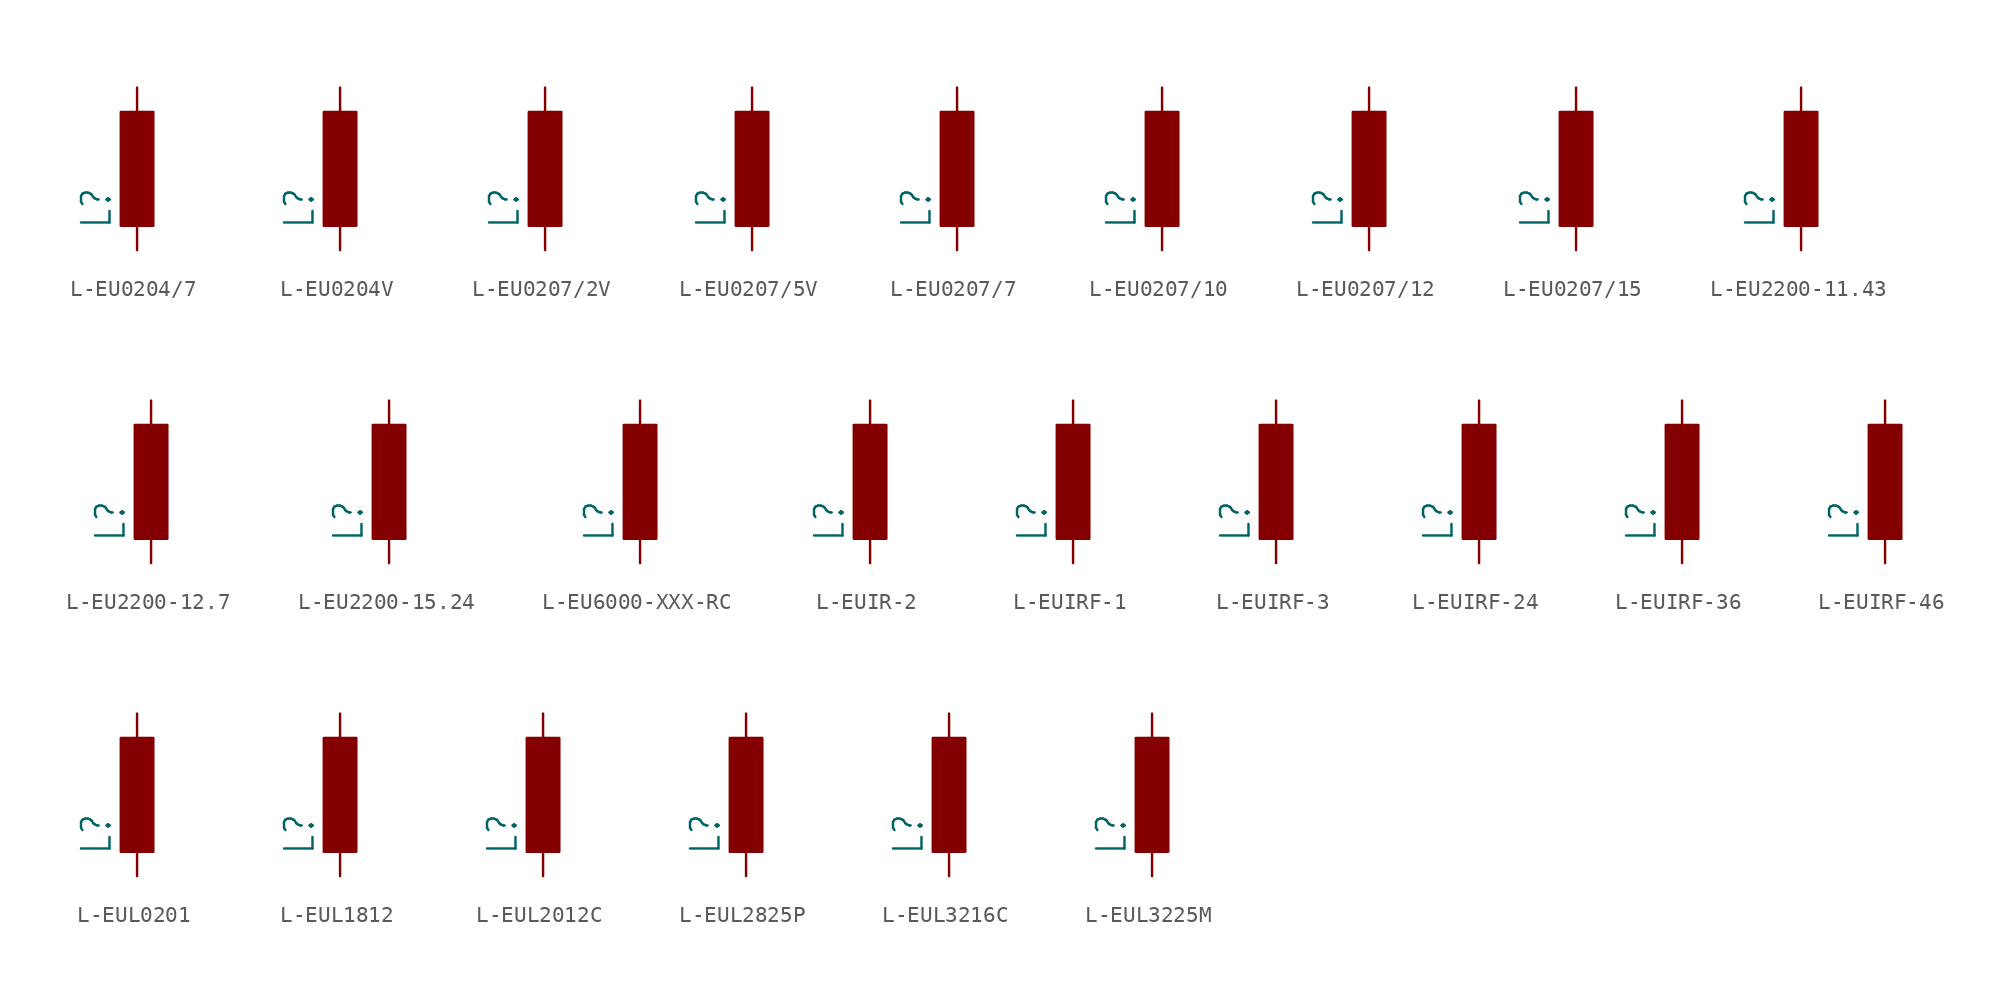
<source format=kicad_sym>
(kicad_symbol_lib
  (version 20220914)
  (generator kicad_symbol_editor)
  (symbol "L-EU0204/7"
    (property "Reference" "L"
      (at -1.499 -3.81 90)
      (effects (font (size 1.778 1.511)) (justify left bottom)))
    (property "Value" ""
      (at 3.302 -3.81 90)
      (effects (font (size 1.778 1.511)) (justify left bottom)))
    (property "ki_locked" ""
      (at 0 0 0)
      (effects (font (size 1.27 1.27))))
    (symbol "L-EU0204/7_1_0"
      (rectangle (start -1.016 -3.556) (end 1.016 3.556) (stroke (width 0) (type default)) (fill (type outline)))
      (pin passive line (at 0 5.08 270) (length 2.54) (name "1" (effects (font (size 0 0)))) (number "1" (effects (font (size 0 0)))))
      (pin passive line (at 0 -5.08 90) (length 2.54) (name "2" (effects (font (size 0 0)))) (number "2" (effects (font (size 0 0)))))))
  (symbol "L-EU0204V"
    (property "Reference" "L"
      (at -1.499 -3.81 90)
      (effects (font (size 1.778 1.511)) (justify left bottom)))
    (property "Value" ""
      (at 3.302 -3.81 90)
      (effects (font (size 1.778 1.511)) (justify left bottom)))
    (property "ki_locked" ""
      (at 0 0 0)
      (effects (font (size 1.27 1.27))))
    (symbol "L-EU0204V_1_0"
      (rectangle (start -1.016 -3.556) (end 1.016 3.556) (stroke (width 0) (type default)) (fill (type outline)))
      (pin passive line (at 0 5.08 270) (length 2.54) (name "1" (effects (font (size 0 0)))) (number "1" (effects (font (size 0 0)))))
      (pin passive line (at 0 -5.08 90) (length 2.54) (name "2" (effects (font (size 0 0)))) (number "2" (effects (font (size 0 0)))))))
  (symbol "L-EU0207/2V"
    (property "Reference" "L"
      (at -1.499 -3.81 90)
      (effects (font (size 1.778 1.511)) (justify left bottom)))
    (property "Value" ""
      (at 3.302 -3.81 90)
      (effects (font (size 1.778 1.511)) (justify left bottom)))
    (property "ki_locked" ""
      (at 0 0 0)
      (effects (font (size 1.27 1.27))))
    (symbol "L-EU0207/2V_1_0"
      (rectangle (start -1.016 -3.556) (end 1.016 3.556) (stroke (width 0) (type default)) (fill (type outline)))
      (pin passive line (at 0 5.08 270) (length 2.54) (name "1" (effects (font (size 0 0)))) (number "1" (effects (font (size 0 0)))))
      (pin passive line (at 0 -5.08 90) (length 2.54) (name "2" (effects (font (size 0 0)))) (number "2" (effects (font (size 0 0)))))))
  (symbol "L-EU0207/5V"
    (property "Reference" "L"
      (at -1.499 -3.81 90)
      (effects (font (size 1.778 1.511)) (justify left bottom)))
    (property "Value" ""
      (at 3.302 -3.81 90)
      (effects (font (size 1.778 1.511)) (justify left bottom)))
    (property "ki_locked" ""
      (at 0 0 0)
      (effects (font (size 1.27 1.27))))
    (symbol "L-EU0207/5V_1_0"
      (rectangle (start -1.016 -3.556) (end 1.016 3.556) (stroke (width 0) (type default)) (fill (type outline)))
      (pin passive line (at 0 5.08 270) (length 2.54) (name "1" (effects (font (size 0 0)))) (number "1" (effects (font (size 0 0)))))
      (pin passive line (at 0 -5.08 90) (length 2.54) (name "2" (effects (font (size 0 0)))) (number "2" (effects (font (size 0 0)))))))
  (symbol "L-EU0207/7"
    (property "Reference" "L"
      (at -1.499 -3.81 90)
      (effects (font (size 1.778 1.511)) (justify left bottom)))
    (property "Value" ""
      (at 3.302 -3.81 90)
      (effects (font (size 1.778 1.511)) (justify left bottom)))
    (property "ki_locked" ""
      (at 0 0 0)
      (effects (font (size 1.27 1.27))))
    (symbol "L-EU0207/7_1_0"
      (rectangle (start -1.016 -3.556) (end 1.016 3.556) (stroke (width 0) (type default)) (fill (type outline)))
      (pin passive line (at 0 5.08 270) (length 2.54) (name "1" (effects (font (size 0 0)))) (number "1" (effects (font (size 0 0)))))
      (pin passive line (at 0 -5.08 90) (length 2.54) (name "2" (effects (font (size 0 0)))) (number "2" (effects (font (size 0 0)))))))
  (symbol "L-EU0207/10"
    (property "Reference" "L"
      (at -1.499 -3.81 90)
      (effects (font (size 1.778 1.511)) (justify left bottom)))
    (property "Value" ""
      (at 3.302 -3.81 90)
      (effects (font (size 1.778 1.511)) (justify left bottom)))
    (property "ki_locked" ""
      (at 0 0 0)
      (effects (font (size 1.27 1.27))))
    (symbol "L-EU0207/10_1_0"
      (rectangle (start -1.016 -3.556) (end 1.016 3.556) (stroke (width 0) (type default)) (fill (type outline)))
      (pin passive line (at 0 5.08 270) (length 2.54) (name "1" (effects (font (size 0 0)))) (number "1" (effects (font (size 0 0)))))
      (pin passive line (at 0 -5.08 90) (length 2.54) (name "2" (effects (font (size 0 0)))) (number "2" (effects (font (size 0 0)))))))
  (symbol "L-EU0207/12"
    (property "Reference" "L"
      (at -1.499 -3.81 90)
      (effects (font (size 1.778 1.511)) (justify left bottom)))
    (property "Value" ""
      (at 3.302 -3.81 90)
      (effects (font (size 1.778 1.511)) (justify left bottom)))
    (property "ki_locked" ""
      (at 0 0 0)
      (effects (font (size 1.27 1.27))))
    (symbol "L-EU0207/12_1_0"
      (rectangle (start -1.016 -3.556) (end 1.016 3.556) (stroke (width 0) (type default)) (fill (type outline)))
      (pin passive line (at 0 5.08 270) (length 2.54) (name "1" (effects (font (size 0 0)))) (number "1" (effects (font (size 0 0)))))
      (pin passive line (at 0 -5.08 90) (length 2.54) (name "2" (effects (font (size 0 0)))) (number "2" (effects (font (size 0 0)))))))
  (symbol "L-EU0207/15"
    (property "Reference" "L"
      (at -1.499 -3.81 90)
      (effects (font (size 1.778 1.511)) (justify left bottom)))
    (property "Value" ""
      (at 3.302 -3.81 90)
      (effects (font (size 1.778 1.511)) (justify left bottom)))
    (property "ki_locked" ""
      (at 0 0 0)
      (effects (font (size 1.27 1.27))))
    (symbol "L-EU0207/15_1_0"
      (rectangle (start -1.016 -3.556) (end 1.016 3.556) (stroke (width 0) (type default)) (fill (type outline)))
      (pin passive line (at 0 5.08 270) (length 2.54) (name "1" (effects (font (size 0 0)))) (number "1" (effects (font (size 0 0)))))
      (pin passive line (at 0 -5.08 90) (length 2.54) (name "2" (effects (font (size 0 0)))) (number "2" (effects (font (size 0 0)))))))
  (symbol "L-EU2200-11.43"
    (property "Reference" "L"
      (at -1.499 -3.81 90)
      (effects (font (size 1.778 1.511)) (justify left bottom)))
    (property "Value" ""
      (at 3.302 -3.81 90)
      (effects (font (size 1.778 1.511)) (justify left bottom)))
    (property "ki_locked" ""
      (at 0 0 0)
      (effects (font (size 1.27 1.27))))
    (symbol "L-EU2200-11.43_1_0"
      (rectangle (start -1.016 -3.556) (end 1.016 3.556) (stroke (width 0) (type default)) (fill (type outline)))
      (pin passive line (at 0 5.08 270) (length 2.54) (name "1" (effects (font (size 0 0)))) (number "1" (effects (font (size 0 0)))))
      (pin passive line (at 0 -5.08 90) (length 2.54) (name "2" (effects (font (size 0 0)))) (number "2" (effects (font (size 0 0)))))))
  (symbol "L-EU2200-12.7"
    (property "Reference" "L"
      (at -1.499 -3.81 90)
      (effects (font (size 1.778 1.511)) (justify left bottom)))
    (property "Value" ""
      (at 3.302 -3.81 90)
      (effects (font (size 1.778 1.511)) (justify left bottom)))
    (property "ki_locked" ""
      (at 0 0 0)
      (effects (font (size 1.27 1.27))))
    (symbol "L-EU2200-12.7_1_0"
      (rectangle (start -1.016 -3.556) (end 1.016 3.556) (stroke (width 0) (type default)) (fill (type outline)))
      (pin passive line (at 0 5.08 270) (length 2.54) (name "1" (effects (font (size 0 0)))) (number "1" (effects (font (size 0 0)))))
      (pin passive line (at 0 -5.08 90) (length 2.54) (name "2" (effects (font (size 0 0)))) (number "2" (effects (font (size 0 0)))))))
  (symbol "L-EU2200-15.24"
    (property "Reference" "L"
      (at -1.499 -3.81 90)
      (effects (font (size 1.778 1.511)) (justify left bottom)))
    (property "Value" ""
      (at 3.302 -3.81 90)
      (effects (font (size 1.778 1.511)) (justify left bottom)))
    (property "ki_locked" ""
      (at 0 0 0)
      (effects (font (size 1.27 1.27))))
    (symbol "L-EU2200-15.24_1_0"
      (rectangle (start -1.016 -3.556) (end 1.016 3.556) (stroke (width 0) (type default)) (fill (type outline)))
      (pin passive line (at 0 5.08 270) (length 2.54) (name "1" (effects (font (size 0 0)))) (number "1" (effects (font (size 0 0)))))
      (pin passive line (at 0 -5.08 90) (length 2.54) (name "2" (effects (font (size 0 0)))) (number "2" (effects (font (size 0 0)))))))
  (symbol "L-EU6000-XXX-RC"
    (property "Reference" "L"
      (at -1.499 -3.81 90)
      (effects (font (size 1.778 1.511)) (justify left bottom)))
    (property "Value" ""
      (at 3.302 -3.81 90)
      (effects (font (size 1.778 1.511)) (justify left bottom)))
    (property "ki_locked" ""
      (at 0 0 0)
      (effects (font (size 1.27 1.27))))
    (symbol "L-EU6000-XXX-RC_1_0"
      (rectangle (start -1.016 -3.556) (end 1.016 3.556) (stroke (width 0) (type default)) (fill (type outline)))
      (pin passive line (at 0 5.08 270) (length 2.54) (name "1" (effects (font (size 0 0)))) (number "1" (effects (font (size 0 0)))))
      (pin passive line (at 0 -5.08 90) (length 2.54) (name "2" (effects (font (size 0 0)))) (number "2" (effects (font (size 0 0)))))))
  (symbol "L-EUIR-2"
    (property "Reference" "L"
      (at -1.499 -3.81 90)
      (effects (font (size 1.778 1.511)) (justify left bottom)))
    (property "Value" ""
      (at 3.302 -3.81 90)
      (effects (font (size 1.778 1.511)) (justify left bottom)))
    (property "ki_locked" ""
      (at 0 0 0)
      (effects (font (size 1.27 1.27))))
    (symbol "L-EUIR-2_1_0"
      (rectangle (start -1.016 -3.556) (end 1.016 3.556) (stroke (width 0) (type default)) (fill (type outline)))
      (pin passive line (at 0 5.08 270) (length 2.54) (name "1" (effects (font (size 0 0)))) (number "1" (effects (font (size 0 0)))))
      (pin passive line (at 0 -5.08 90) (length 2.54) (name "2" (effects (font (size 0 0)))) (number "2" (effects (font (size 0 0)))))))
  (symbol "L-EUIRF-1"
    (property "Reference" "L"
      (at -1.499 -3.81 90)
      (effects (font (size 1.778 1.511)) (justify left bottom)))
    (property "Value" ""
      (at 3.302 -3.81 90)
      (effects (font (size 1.778 1.511)) (justify left bottom)))
    (property "ki_locked" ""
      (at 0 0 0)
      (effects (font (size 1.27 1.27))))
    (symbol "L-EUIRF-1_1_0"
      (rectangle (start -1.016 -3.556) (end 1.016 3.556) (stroke (width 0) (type default)) (fill (type outline)))
      (pin passive line (at 0 5.08 270) (length 2.54) (name "1" (effects (font (size 0 0)))) (number "1" (effects (font (size 0 0)))))
      (pin passive line (at 0 -5.08 90) (length 2.54) (name "2" (effects (font (size 0 0)))) (number "2" (effects (font (size 0 0)))))))
  (symbol "L-EUIRF-3"
    (property "Reference" "L"
      (at -1.499 -3.81 90)
      (effects (font (size 1.778 1.511)) (justify left bottom)))
    (property "Value" ""
      (at 3.302 -3.81 90)
      (effects (font (size 1.778 1.511)) (justify left bottom)))
    (property "ki_locked" ""
      (at 0 0 0)
      (effects (font (size 1.27 1.27))))
    (symbol "L-EUIRF-3_1_0"
      (rectangle (start -1.016 -3.556) (end 1.016 3.556) (stroke (width 0) (type default)) (fill (type outline)))
      (pin passive line (at 0 5.08 270) (length 2.54) (name "1" (effects (font (size 0 0)))) (number "1" (effects (font (size 0 0)))))
      (pin passive line (at 0 -5.08 90) (length 2.54) (name "2" (effects (font (size 0 0)))) (number "2" (effects (font (size 0 0)))))))
  (symbol "L-EUIRF-24"
    (property "Reference" "L"
      (at -1.499 -3.81 90)
      (effects (font (size 1.778 1.511)) (justify left bottom)))
    (property "Value" ""
      (at 3.302 -3.81 90)
      (effects (font (size 1.778 1.511)) (justify left bottom)))
    (property "ki_locked" ""
      (at 0 0 0)
      (effects (font (size 1.27 1.27))))
    (symbol "L-EUIRF-24_1_0"
      (rectangle (start -1.016 -3.556) (end 1.016 3.556) (stroke (width 0) (type default)) (fill (type outline)))
      (pin passive line (at 0 5.08 270) (length 2.54) (name "1" (effects (font (size 0 0)))) (number "1" (effects (font (size 0 0)))))
      (pin passive line (at 0 -5.08 90) (length 2.54) (name "2" (effects (font (size 0 0)))) (number "2" (effects (font (size 0 0)))))))
  (symbol "L-EUIRF-36"
    (property "Reference" "L"
      (at -1.499 -3.81 90)
      (effects (font (size 1.778 1.511)) (justify left bottom)))
    (property "Value" ""
      (at 3.302 -3.81 90)
      (effects (font (size 1.778 1.511)) (justify left bottom)))
    (property "ki_locked" ""
      (at 0 0 0)
      (effects (font (size 1.27 1.27))))
    (symbol "L-EUIRF-36_1_0"
      (rectangle (start -1.016 -3.556) (end 1.016 3.556) (stroke (width 0) (type default)) (fill (type outline)))
      (pin passive line (at 0 5.08 270) (length 2.54) (name "1" (effects (font (size 0 0)))) (number "1" (effects (font (size 0 0)))))
      (pin passive line (at 0 -5.08 90) (length 2.54) (name "2" (effects (font (size 0 0)))) (number "2" (effects (font (size 0 0)))))))
  (symbol "L-EUIRF-46"
    (property "Reference" "L"
      (at -1.499 -3.81 90)
      (effects (font (size 1.778 1.511)) (justify left bottom)))
    (property "Value" ""
      (at 3.302 -3.81 90)
      (effects (font (size 1.778 1.511)) (justify left bottom)))
    (property "ki_locked" ""
      (at 0 0 0)
      (effects (font (size 1.27 1.27))))
    (symbol "L-EUIRF-46_1_0"
      (rectangle (start -1.016 -3.556) (end 1.016 3.556) (stroke (width 0) (type default)) (fill (type outline)))
      (pin passive line (at 0 5.08 270) (length 2.54) (name "1" (effects (font (size 0 0)))) (number "1" (effects (font (size 0 0)))))
      (pin passive line (at 0 -5.08 90) (length 2.54) (name "2" (effects (font (size 0 0)))) (number "2" (effects (font (size 0 0)))))))
  (symbol "L-EUL0201"
    (property "Reference" "L"
      (at -1.499 -3.81 90)
      (effects (font (size 1.778 1.511)) (justify left bottom)))
    (property "Value" ""
      (at 3.302 -3.81 90)
      (effects (font (size 1.778 1.511)) (justify left bottom)))
    (property "ki_locked" ""
      (at 0 0 0)
      (effects (font (size 1.27 1.27))))
    (symbol "L-EUL0201_1_0"
      (rectangle (start -1.016 -3.556) (end 1.016 3.556) (stroke (width 0) (type default)) (fill (type outline)))
      (pin passive line (at 0 5.08 270) (length 2.54) (name "1" (effects (font (size 0 0)))) (number "1" (effects (font (size 0 0)))))
      (pin passive line (at 0 -5.08 90) (length 2.54) (name "2" (effects (font (size 0 0)))) (number "2" (effects (font (size 0 0)))))))
  (symbol "L-EUL1812"
    (property "Reference" "L"
      (at -1.499 -3.81 90)
      (effects (font (size 1.778 1.511)) (justify left bottom)))
    (property "Value" ""
      (at 3.302 -3.81 90)
      (effects (font (size 1.778 1.511)) (justify left bottom)))
    (property "ki_locked" ""
      (at 0 0 0)
      (effects (font (size 1.27 1.27))))
    (symbol "L-EUL1812_1_0"
      (rectangle (start -1.016 -3.556) (end 1.016 3.556) (stroke (width 0) (type default)) (fill (type outline)))
      (pin passive line (at 0 5.08 270) (length 2.54) (name "1" (effects (font (size 0 0)))) (number "1" (effects (font (size 0 0)))))
      (pin passive line (at 0 -5.08 90) (length 2.54) (name "2" (effects (font (size 0 0)))) (number "2" (effects (font (size 0 0)))))))
  (symbol "L-EUL2012C"
    (property "Reference" "L"
      (at -1.499 -3.81 90)
      (effects (font (size 1.778 1.511)) (justify left bottom)))
    (property "Value" ""
      (at 3.302 -3.81 90)
      (effects (font (size 1.778 1.511)) (justify left bottom)))
    (property "ki_locked" ""
      (at 0 0 0)
      (effects (font (size 1.27 1.27))))
    (symbol "L-EUL2012C_1_0"
      (rectangle (start -1.016 -3.556) (end 1.016 3.556) (stroke (width 0) (type default)) (fill (type outline)))
      (pin passive line (at 0 5.08 270) (length 2.54) (name "1" (effects (font (size 0 0)))) (number "1" (effects (font (size 0 0)))))
      (pin passive line (at 0 -5.08 90) (length 2.54) (name "2" (effects (font (size 0 0)))) (number "2" (effects (font (size 0 0)))))))
  (symbol "L-EUL2825P"
    (property "Reference" "L"
      (at -1.499 -3.81 90)
      (effects (font (size 1.778 1.511)) (justify left bottom)))
    (property "Value" ""
      (at 3.302 -3.81 90)
      (effects (font (size 1.778 1.511)) (justify left bottom)))
    (property "ki_locked" ""
      (at 0 0 0)
      (effects (font (size 1.27 1.27))))
    (symbol "L-EUL2825P_1_0"
      (rectangle (start -1.016 -3.556) (end 1.016 3.556) (stroke (width 0) (type default)) (fill (type outline)))
      (pin passive line (at 0 5.08 270) (length 2.54) (name "1" (effects (font (size 0 0)))) (number "1" (effects (font (size 0 0)))))
      (pin passive line (at 0 -5.08 90) (length 2.54) (name "2" (effects (font (size 0 0)))) (number "2" (effects (font (size 0 0)))))))
  (symbol "L-EUL3216C"
    (property "Reference" "L"
      (at -1.499 -3.81 90)
      (effects (font (size 1.778 1.511)) (justify left bottom)))
    (property "Value" ""
      (at 3.302 -3.81 90)
      (effects (font (size 1.778 1.511)) (justify left bottom)))
    (property "ki_locked" ""
      (at 0 0 0)
      (effects (font (size 1.27 1.27))))
    (symbol "L-EUL3216C_1_0"
      (rectangle (start -1.016 -3.556) (end 1.016 3.556) (stroke (width 0) (type default)) (fill (type outline)))
      (pin passive line (at 0 5.08 270) (length 2.54) (name "1" (effects (font (size 0 0)))) (number "1" (effects (font (size 0 0)))))
      (pin passive line (at 0 -5.08 90) (length 2.54) (name "2" (effects (font (size 0 0)))) (number "2" (effects (font (size 0 0)))))))
  (symbol "L-EUL3225M"
    (property "Reference" "L"
      (at -1.499 -3.81 90)
      (effects (font (size 1.778 1.511)) (justify left bottom)))
    (property "Value" ""
      (at 3.302 -3.81 90)
      (effects (font (size 1.778 1.511)) (justify left bottom)))
    (property "ki_locked" ""
      (at 0 0 0)
      (effects (font (size 1.27 1.27))))
    (symbol "L-EUL3225M_1_0"
      (rectangle (start -1.016 -3.556) (end 1.016 3.556) (stroke (width 0) (type default)) (fill (type outline)))
      (pin passive line (at 0 5.08 270) (length 2.54) (name "1" (effects (font (size 0 0)))) (number "1" (effects (font (size 0 0)))))
      (pin passive line (at 0 -5.08 90) (length 2.54) (name "2" (effects (font (size 0 0)))) (number "2" (effects (font (size 0 0))))))))
</source>
